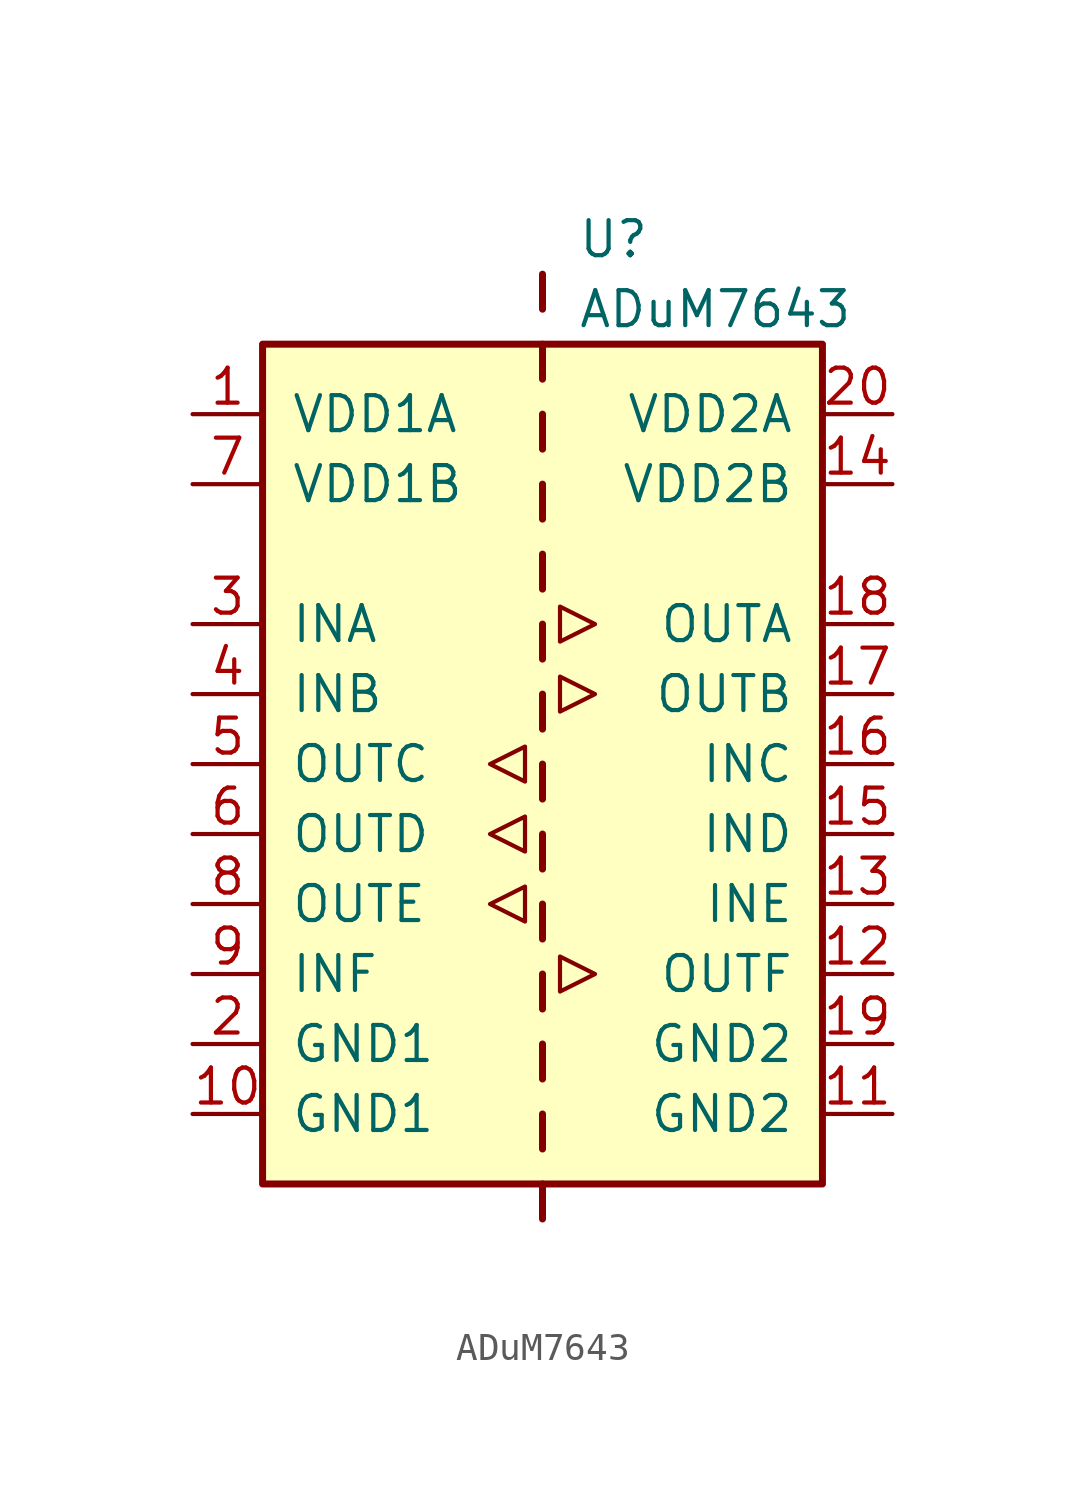
<source format=kicad_sym>
(kicad_symbol_lib
  (version 20201005)
  (generator kicad_symbol_editor)
  (symbol "ADuM7643"
    (pin_names
      (offset 1.016))
    (property "Reference" "U"
      (at 1.27 19.05 0)
      (effects (font (size 1.27 1.27)) (justify left)))
    (property "Value" "ADuM7643"
      (at 1.27 16.51 0)
      (effects (font (size 1.27 1.27)) (justify left)))
    (symbol "ADuM7643_0_1"
      (polyline (pts (xy -1.905 -5.08) (xy -0.635 -4.445) (xy -0.635 -5.715) (xy -1.905 -5.08)) (stroke (width 0)) (fill (type none)))
      (polyline (pts (xy -1.905 -2.54) (xy -0.635 -1.905) (xy -0.635 -3.175) (xy -1.905 -2.54)) (stroke (width 0)) (fill (type none)))
      (polyline (pts (xy -1.905 0) (xy -0.635 0.635) (xy -0.635 -0.635) (xy -1.905 0)) (stroke (width 0)) (fill (type none)))
      (polyline (pts (xy 0.635 -6.985) (xy 0.635 -8.255) (xy 1.905 -7.62) (xy 0.635 -6.985)) (stroke (width 0)) (fill (type none)))
      (polyline (pts (xy 0.635 3.175) (xy 0.635 1.905) (xy 1.905 2.54) (xy 0.635 3.175)) (stroke (width 0)) (fill (type none)))
      (polyline (pts (xy 0.635 5.715) (xy 0.635 4.445) (xy 1.905 5.08) (xy 0.635 5.715)) (stroke (width 0)) (fill (type none))))
    (symbol "ADuM7643_1_1"
      (rectangle (start -10.16 15.24) (end 10.16 -15.24) (stroke (width 0.254)) (fill (type background)))
      (polyline (pts (xy 0 -15.24) (xy 0 -16.51)) (stroke (width 0.254)) (fill (type none)))
      (polyline (pts (xy 0 -12.7) (xy 0 -13.97)) (stroke (width 0.254)) (fill (type none)))
      (polyline (pts (xy 0 -10.16) (xy 0 -11.43)) (stroke (width 0.254)) (fill (type none)))
      (polyline (pts (xy 0 -7.62) (xy 0 -8.89)) (stroke (width 0.254)) (fill (type none)))
      (polyline (pts (xy 0 -5.08) (xy 0 -6.35)) (stroke (width 0.254)) (fill (type none)))
      (polyline (pts (xy 0 -2.54) (xy 0 -3.81)) (stroke (width 0.254)) (fill (type none)))
      (polyline (pts (xy 0 0) (xy 0 -1.27)) (stroke (width 0.254)) (fill (type none)))
      (polyline (pts (xy 0 2.54) (xy 0 1.27)) (stroke (width 0.254)) (fill (type none)))
      (polyline (pts (xy 0 5.08) (xy 0 3.81)) (stroke (width 0.254)) (fill (type none)))
      (polyline (pts (xy 0 7.62) (xy 0 6.35)) (stroke (width 0.254)) (fill (type none)))
      (polyline (pts (xy 0 10.16) (xy 0 8.89)) (stroke (width 0.254)) (fill (type none)))
      (polyline (pts (xy 0 12.7) (xy 0 11.43)) (stroke (width 0.254)) (fill (type none)))
      (polyline (pts (xy 0 15.24) (xy 0 13.97)) (stroke (width 0.254)) (fill (type none)))
      (polyline (pts (xy 0 16.51) (xy 0 17.78)) (stroke (width 0.254)) (fill (type none)))
      (pin power_in line (at -12.7 12.7 0) (length 2.54) (name "VDD1A" (effects (font (size 1.27 1.27)))) (number "1" (effects (font (size 1.27 1.27)))))
      (pin power_in line (at -12.7 -12.7 0) (length 2.54) (name "GND1" (effects (font (size 1.27 1.27)))) (number "10" (effects (font (size 1.27 1.27)))))
      (pin power_in line (at 12.7 -12.7 180) (length 2.54) (name "GND2" (effects (font (size 1.27 1.27)))) (number "11" (effects (font (size 1.27 1.27)))))
      (pin output line (at 12.7 -7.62 180) (length 2.54) (name "OUTF" (effects (font (size 1.27 1.27)))) (number "12" (effects (font (size 1.27 1.27)))))
      (pin input line (at 12.7 -5.08 180) (length 2.54) (name "INE" (effects (font (size 1.27 1.27)))) (number "13" (effects (font (size 1.27 1.27)))))
      (pin input line (at 12.7 10.16 180) (length 2.54) (name "VDD2B" (effects (font (size 1.27 1.27)))) (number "14" (effects (font (size 1.27 1.27)))))
      (pin input line (at 12.7 -2.54 180) (length 2.54) (name "IND" (effects (font (size 1.27 1.27)))) (number "15" (effects (font (size 1.27 1.27)))))
      (pin input line (at 12.7 0 180) (length 2.54) (name "INC" (effects (font (size 1.27 1.27)))) (number "16" (effects (font (size 1.27 1.27)))))
      (pin output line (at 12.7 2.54 180) (length 2.54) (name "OUTB" (effects (font (size 1.27 1.27)))) (number "17" (effects (font (size 1.27 1.27)))))
      (pin output line (at 12.7 5.08 180) (length 2.54) (name "OUTA" (effects (font (size 1.27 1.27)))) (number "18" (effects (font (size 1.27 1.27)))))
      (pin power_in line (at 12.7 -10.16 180) (length 2.54) (name "GND2" (effects (font (size 1.27 1.27)))) (number "19" (effects (font (size 1.27 1.27)))))
      (pin power_in line (at -12.7 -10.16 0) (length 2.54) (name "GND1" (effects (font (size 1.27 1.27)))) (number "2" (effects (font (size 1.27 1.27)))))
      (pin power_in line (at 12.7 12.7 180) (length 2.54) (name "VDD2A" (effects (font (size 1.27 1.27)))) (number "20" (effects (font (size 1.27 1.27)))))
      (pin input line (at -12.7 5.08 0) (length 2.54) (name "INA" (effects (font (size 1.27 1.27)))) (number "3" (effects (font (size 1.27 1.27)))))
      (pin input line (at -12.7 2.54 0) (length 2.54) (name "INB" (effects (font (size 1.27 1.27)))) (number "4" (effects (font (size 1.27 1.27)))))
      (pin output line (at -12.7 0 0) (length 2.54) (name "OUTC" (effects (font (size 1.27 1.27)))) (number "5" (effects (font (size 1.27 1.27)))))
      (pin output line (at -12.7 -2.54 0) (length 2.54) (name "OUTD" (effects (font (size 1.27 1.27)))) (number "6" (effects (font (size 1.27 1.27)))))
      (pin power_in line (at -12.7 10.16 0) (length 2.54) (name "VDD1B" (effects (font (size 1.27 1.27)))) (number "7" (effects (font (size 1.27 1.27)))))
      (pin output line (at -12.7 -5.08 0) (length 2.54) (name "OUTE" (effects (font (size 1.27 1.27)))) (number "8" (effects (font (size 1.27 1.27)))))
      (pin input line (at -12.7 -7.62 0) (length 2.54) (name "INF" (effects (font (size 1.27 1.27)))) (number "9" (effects (font (size 1.27 1.27))))))))
</source>
